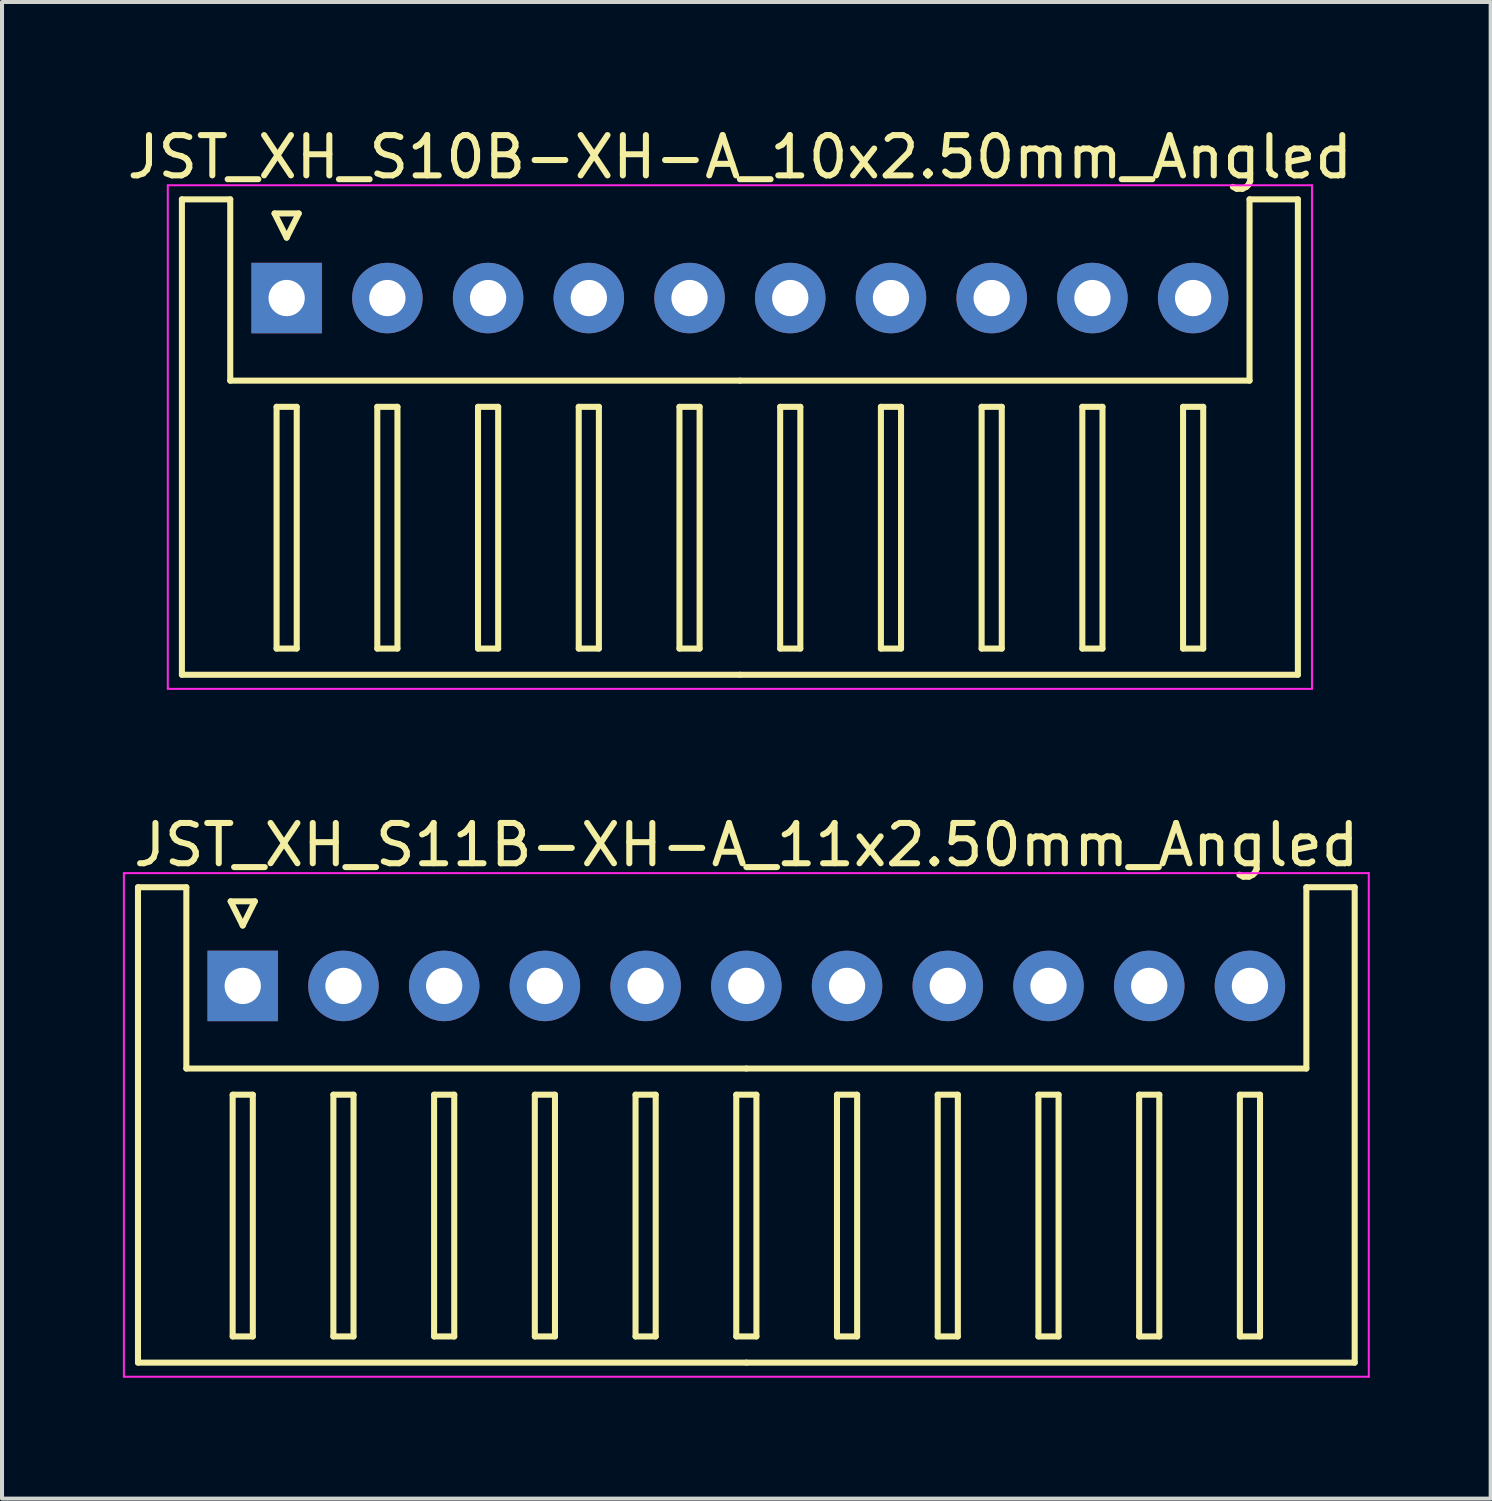
<source format=kicad_pcb>
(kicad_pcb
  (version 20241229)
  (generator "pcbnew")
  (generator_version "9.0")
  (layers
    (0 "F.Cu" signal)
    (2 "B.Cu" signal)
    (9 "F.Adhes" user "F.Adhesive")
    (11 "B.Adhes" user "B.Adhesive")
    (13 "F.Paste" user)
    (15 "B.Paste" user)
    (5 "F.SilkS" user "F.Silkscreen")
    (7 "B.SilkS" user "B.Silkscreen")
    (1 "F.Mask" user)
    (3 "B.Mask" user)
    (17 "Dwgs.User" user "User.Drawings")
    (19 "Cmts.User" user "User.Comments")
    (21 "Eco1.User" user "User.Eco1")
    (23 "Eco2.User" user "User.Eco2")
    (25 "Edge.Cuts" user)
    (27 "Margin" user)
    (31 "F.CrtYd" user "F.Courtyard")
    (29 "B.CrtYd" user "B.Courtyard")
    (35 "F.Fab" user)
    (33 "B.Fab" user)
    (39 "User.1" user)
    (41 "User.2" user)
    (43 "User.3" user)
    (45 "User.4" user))
  (footprint "JST_XH_S10B-XH-A_10x2.50mm_Angled"
    (layer "F.Cu")
    (at 4.065 4.348)
    (property "Reference" "JST_XH_S10B-XH-A_10x2.50mm_Angled" (at 11.25 -3.5 0) (layer "F.SilkS") (effects (font (size 1 1) (thickness 0.15))))
    (attr through_hole)
    (fp_line (start -2.6 -2.45) (end -1.4 -2.45) (stroke (width 0.15) (type solid)) (layer "F.SilkS"))
    (fp_line (start -2.6 9.35) (end -2.6 -2.45) (stroke (width 0.15) (type solid)) (layer "F.SilkS"))
    (fp_line (start -1.4 -2.45) (end -1.4 2.05) (stroke (width 0.15) (type solid)) (layer "F.SilkS"))
    (fp_line (start -1.4 2.05) (end 11.25 2.05) (stroke (width 0.15) (type solid)) (layer "F.SilkS"))
    (fp_line (start -0.3 -2.1) (end 0.3 -2.1) (stroke (width 0.15) (type solid)) (layer "F.SilkS"))
    (fp_line (start -0.25 2.7) (end -0.25 8.7) (stroke (width 0.15) (type solid)) (layer "F.SilkS"))
    (fp_line (start -0.25 8.7) (end 0.25 8.7) (stroke (width 0.15) (type solid)) (layer "F.SilkS"))
    (fp_line (start 0 -1.5) (end -0.3 -2.1) (stroke (width 0.15) (type solid)) (layer "F.SilkS"))
    (fp_line (start 0.25 2.7) (end -0.25 2.7) (stroke (width 0.15) (type solid)) (layer "F.SilkS"))
    (fp_line (start 0.25 8.7) (end 0.25 2.7) (stroke (width 0.15) (type solid)) (layer "F.SilkS"))
    (fp_line (start 0.3 -2.1) (end 0 -1.5) (stroke (width 0.15) (type solid)) (layer "F.SilkS"))
    (fp_line (start 2.25 2.7) (end 2.25 8.7) (stroke (width 0.15) (type solid)) (layer "F.SilkS"))
    (fp_line (start 2.25 8.7) (end 2.75 8.7) (stroke (width 0.15) (type solid)) (layer "F.SilkS"))
    (fp_line (start 2.75 2.7) (end 2.25 2.7) (stroke (width 0.15) (type solid)) (layer "F.SilkS"))
    (fp_line (start 2.75 8.7) (end 2.75 2.7) (stroke (width 0.15) (type solid)) (layer "F.SilkS"))
    (fp_line (start 4.75 2.7) (end 4.75 8.7) (stroke (width 0.15) (type solid)) (layer "F.SilkS"))
    (fp_line (start 4.75 8.7) (end 5.25 8.7) (stroke (width 0.15) (type solid)) (layer "F.SilkS"))
    (fp_line (start 5.25 2.7) (end 4.75 2.7) (stroke (width 0.15) (type solid)) (layer "F.SilkS"))
    (fp_line (start 5.25 8.7) (end 5.25 2.7) (stroke (width 0.15) (type solid)) (layer "F.SilkS"))
    (fp_line (start 7.25 2.7) (end 7.25 8.7) (stroke (width 0.15) (type solid)) (layer "F.SilkS"))
    (fp_line (start 7.25 8.7) (end 7.75 8.7) (stroke (width 0.15) (type solid)) (layer "F.SilkS"))
    (fp_line (start 7.75 2.7) (end 7.25 2.7) (stroke (width 0.15) (type solid)) (layer "F.SilkS"))
    (fp_line (start 7.75 8.7) (end 7.75 2.7) (stroke (width 0.15) (type solid)) (layer "F.SilkS"))
    (fp_line (start 9.75 2.7) (end 9.75 8.7) (stroke (width 0.15) (type solid)) (layer "F.SilkS"))
    (fp_line (start 9.75 8.7) (end 10.25 8.7) (stroke (width 0.15) (type solid)) (layer "F.SilkS"))
    (fp_line (start 10.25 2.7) (end 9.75 2.7) (stroke (width 0.15) (type solid)) (layer "F.SilkS"))
    (fp_line (start 10.25 8.7) (end 10.25 2.7) (stroke (width 0.15) (type solid)) (layer "F.SilkS"))
    (fp_line (start 11.25 9.35) (end -2.6 9.35) (stroke (width 0.15) (type solid)) (layer "F.SilkS"))
    (fp_line (start 11.25 9.35) (end 25.1 9.35) (stroke (width 0.15) (type solid)) (layer "F.SilkS"))
    (fp_line (start 12.25 2.7) (end 12.25 8.7) (stroke (width 0.15) (type solid)) (layer "F.SilkS"))
    (fp_line (start 12.25 8.7) (end 12.75 8.7) (stroke (width 0.15) (type solid)) (layer "F.SilkS"))
    (fp_line (start 12.75 2.7) (end 12.25 2.7) (stroke (width 0.15) (type solid)) (layer "F.SilkS"))
    (fp_line (start 12.75 8.7) (end 12.75 2.7) (stroke (width 0.15) (type solid)) (layer "F.SilkS"))
    (fp_line (start 14.75 2.7) (end 14.75 8.7) (stroke (width 0.15) (type solid)) (layer "F.SilkS"))
    (fp_line (start 14.75 8.7) (end 15.25 8.7) (stroke (width 0.15) (type solid)) (layer "F.SilkS"))
    (fp_line (start 15.25 2.7) (end 14.75 2.7) (stroke (width 0.15) (type solid)) (layer "F.SilkS"))
    (fp_line (start 15.25 8.7) (end 15.25 2.7) (stroke (width 0.15) (type solid)) (layer "F.SilkS"))
    (fp_line (start 17.25 2.7) (end 17.25 8.7) (stroke (width 0.15) (type solid)) (layer "F.SilkS"))
    (fp_line (start 17.25 8.7) (end 17.75 8.7) (stroke (width 0.15) (type solid)) (layer "F.SilkS"))
    (fp_line (start 17.75 2.7) (end 17.25 2.7) (stroke (width 0.15) (type solid)) (layer "F.SilkS"))
    (fp_line (start 17.75 8.7) (end 17.75 2.7) (stroke (width 0.15) (type solid)) (layer "F.SilkS"))
    (fp_line (start 19.75 2.7) (end 19.75 8.7) (stroke (width 0.15) (type solid)) (layer "F.SilkS"))
    (fp_line (start 19.75 8.7) (end 20.25 8.7) (stroke (width 0.15) (type solid)) (layer "F.SilkS"))
    (fp_line (start 20.25 2.7) (end 19.75 2.7) (stroke (width 0.15) (type solid)) (layer "F.SilkS"))
    (fp_line (start 20.25 8.7) (end 20.25 2.7) (stroke (width 0.15) (type solid)) (layer "F.SilkS"))
    (fp_line (start 22.25 2.7) (end 22.25 8.7) (stroke (width 0.15) (type solid)) (layer "F.SilkS"))
    (fp_line (start 22.25 8.7) (end 22.75 8.7) (stroke (width 0.15) (type solid)) (layer "F.SilkS"))
    (fp_line (start 22.75 2.7) (end 22.25 2.7) (stroke (width 0.15) (type solid)) (layer "F.SilkS"))
    (fp_line (start 22.75 8.7) (end 22.75 2.7) (stroke (width 0.15) (type solid)) (layer "F.SilkS"))
    (fp_line (start 23.9 -2.45) (end 23.9 2.05) (stroke (width 0.15) (type solid)) (layer "F.SilkS"))
    (fp_line (start 23.9 2.05) (end 11.25 2.05) (stroke (width 0.15) (type solid)) (layer "F.SilkS"))
    (fp_line (start 25.1 -2.45) (end 23.9 -2.45) (stroke (width 0.15) (type solid)) (layer "F.SilkS"))
    (fp_line (start 25.1 9.35) (end 25.1 -2.45) (stroke (width 0.15) (type solid)) (layer "F.SilkS"))
    (fp_line (start -2.95 -2.8) (end -2.95 9.7) (stroke (width 0.05) (type solid)) (layer "F.CrtYd"))
    (fp_line (start -2.95 9.7) (end 25.45 9.7) (stroke (width 0.05) (type solid)) (layer "F.CrtYd"))
    (fp_line (start 25.45 -2.8) (end -2.95 -2.8) (stroke (width 0.05) (type solid)) (layer "F.CrtYd"))
    (fp_line (start 25.45 9.7) (end 25.45 -2.8) (stroke (width 0.05) (type solid)) (layer "F.CrtYd"))
    (pad "1" thru_hole rect (at 0 0) (size 1.75 1.75) (drill 0.9) (layers "*.Cu" "*.Mask"))
    (pad "2" thru_hole circle (at 2.5 0) (size 1.75 1.75) (drill 0.9) (layers "*.Cu" "*.Mask"))
    (pad "3" thru_hole circle (at 5 0) (size 1.75 1.75) (drill 0.9) (layers "*.Cu" "*.Mask"))
    (pad "4" thru_hole circle (at 7.5 0) (size 1.75 1.75) (drill 0.9) (layers "*.Cu" "*.Mask"))
    (pad "5" thru_hole circle (at 10 0) (size 1.75 1.75) (drill 0.9) (layers "*.Cu" "*.Mask"))
    (pad "6" thru_hole circle (at 12.5 0) (size 1.75 1.75) (drill 0.9) (layers "*.Cu" "*.Mask"))
    (pad "7" thru_hole circle (at 15 0) (size 1.75 1.75) (drill 0.9) (layers "*.Cu" "*.Mask"))
    (pad "8" thru_hole circle (at 17.5 0) (size 1.75 1.75) (drill 0.9) (layers "*.Cu" "*.Mask"))
    (pad "9" thru_hole circle (at 20 0) (size 1.75 1.75) (drill 0.9) (layers "*.Cu" "*.Mask"))
    (pad "10" thru_hole circle (at 22.5 0) (size 1.75 1.75) (drill 0.9) (layers "*.Cu" "*.Mask")))
  (footprint "JST_XH_S11B-XH-A_11x2.50mm_Angled"
    (layer "F.Cu")
    (at 2.975 21.422)
    (property "Reference" "JST_XH_S11B-XH-A_11x2.50mm_Angled" (at 12.5 -3.5 0) (layer "F.SilkS") (effects (font (size 1 1) (thickness 0.15))))
    (attr through_hole)
    (fp_line (start -2.6 -2.45) (end -1.4 -2.45) (stroke (width 0.15) (type solid)) (layer "F.SilkS"))
    (fp_line (start -2.6 9.35) (end -2.6 -2.45) (stroke (width 0.15) (type solid)) (layer "F.SilkS"))
    (fp_line (start -1.4 -2.45) (end -1.4 2.05) (stroke (width 0.15) (type solid)) (layer "F.SilkS"))
    (fp_line (start -1.4 2.05) (end 12.5 2.05) (stroke (width 0.15) (type solid)) (layer "F.SilkS"))
    (fp_line (start -0.3 -2.1) (end 0.3 -2.1) (stroke (width 0.15) (type solid)) (layer "F.SilkS"))
    (fp_line (start -0.25 2.7) (end -0.25 8.7) (stroke (width 0.15) (type solid)) (layer "F.SilkS"))
    (fp_line (start -0.25 8.7) (end 0.25 8.7) (stroke (width 0.15) (type solid)) (layer "F.SilkS"))
    (fp_line (start 0 -1.5) (end -0.3 -2.1) (stroke (width 0.15) (type solid)) (layer "F.SilkS"))
    (fp_line (start 0.25 2.7) (end -0.25 2.7) (stroke (width 0.15) (type solid)) (layer "F.SilkS"))
    (fp_line (start 0.25 8.7) (end 0.25 2.7) (stroke (width 0.15) (type solid)) (layer "F.SilkS"))
    (fp_line (start 0.3 -2.1) (end 0 -1.5) (stroke (width 0.15) (type solid)) (layer "F.SilkS"))
    (fp_line (start 2.25 2.7) (end 2.25 8.7) (stroke (width 0.15) (type solid)) (layer "F.SilkS"))
    (fp_line (start 2.25 8.7) (end 2.75 8.7) (stroke (width 0.15) (type solid)) (layer "F.SilkS"))
    (fp_line (start 2.75 2.7) (end 2.25 2.7) (stroke (width 0.15) (type solid)) (layer "F.SilkS"))
    (fp_line (start 2.75 8.7) (end 2.75 2.7) (stroke (width 0.15) (type solid)) (layer "F.SilkS"))
    (fp_line (start 4.75 2.7) (end 4.75 8.7) (stroke (width 0.15) (type solid)) (layer "F.SilkS"))
    (fp_line (start 4.75 8.7) (end 5.25 8.7) (stroke (width 0.15) (type solid)) (layer "F.SilkS"))
    (fp_line (start 5.25 2.7) (end 4.75 2.7) (stroke (width 0.15) (type solid)) (layer "F.SilkS"))
    (fp_line (start 5.25 8.7) (end 5.25 2.7) (stroke (width 0.15) (type solid)) (layer "F.SilkS"))
    (fp_line (start 7.25 2.7) (end 7.25 8.7) (stroke (width 0.15) (type solid)) (layer "F.SilkS"))
    (fp_line (start 7.25 8.7) (end 7.75 8.7) (stroke (width 0.15) (type solid)) (layer "F.SilkS"))
    (fp_line (start 7.75 2.7) (end 7.25 2.7) (stroke (width 0.15) (type solid)) (layer "F.SilkS"))
    (fp_line (start 7.75 8.7) (end 7.75 2.7) (stroke (width 0.15) (type solid)) (layer "F.SilkS"))
    (fp_line (start 9.75 2.7) (end 9.75 8.7) (stroke (width 0.15) (type solid)) (layer "F.SilkS"))
    (fp_line (start 9.75 8.7) (end 10.25 8.7) (stroke (width 0.15) (type solid)) (layer "F.SilkS"))
    (fp_line (start 10.25 2.7) (end 9.75 2.7) (stroke (width 0.15) (type solid)) (layer "F.SilkS"))
    (fp_line (start 10.25 8.7) (end 10.25 2.7) (stroke (width 0.15) (type solid)) (layer "F.SilkS"))
    (fp_line (start 12.25 2.7) (end 12.25 8.7) (stroke (width 0.15) (type solid)) (layer "F.SilkS"))
    (fp_line (start 12.25 8.7) (end 12.75 8.7) (stroke (width 0.15) (type solid)) (layer "F.SilkS"))
    (fp_line (start 12.5 9.35) (end -2.6 9.35) (stroke (width 0.15) (type solid)) (layer "F.SilkS"))
    (fp_line (start 12.5 9.35) (end 27.6 9.35) (stroke (width 0.15) (type solid)) (layer "F.SilkS"))
    (fp_line (start 12.75 2.7) (end 12.25 2.7) (stroke (width 0.15) (type solid)) (layer "F.SilkS"))
    (fp_line (start 12.75 8.7) (end 12.75 2.7) (stroke (width 0.15) (type solid)) (layer "F.SilkS"))
    (fp_line (start 14.75 2.7) (end 14.75 8.7) (stroke (width 0.15) (type solid)) (layer "F.SilkS"))
    (fp_line (start 14.75 8.7) (end 15.25 8.7) (stroke (width 0.15) (type solid)) (layer "F.SilkS"))
    (fp_line (start 15.25 2.7) (end 14.75 2.7) (stroke (width 0.15) (type solid)) (layer "F.SilkS"))
    (fp_line (start 15.25 8.7) (end 15.25 2.7) (stroke (width 0.15) (type solid)) (layer "F.SilkS"))
    (fp_line (start 17.25 2.7) (end 17.25 8.7) (stroke (width 0.15) (type solid)) (layer "F.SilkS"))
    (fp_line (start 17.25 8.7) (end 17.75 8.7) (stroke (width 0.15) (type solid)) (layer "F.SilkS"))
    (fp_line (start 17.75 2.7) (end 17.25 2.7) (stroke (width 0.15) (type solid)) (layer "F.SilkS"))
    (fp_line (start 17.75 8.7) (end 17.75 2.7) (stroke (width 0.15) (type solid)) (layer "F.SilkS"))
    (fp_line (start 19.75 2.7) (end 19.75 8.7) (stroke (width 0.15) (type solid)) (layer "F.SilkS"))
    (fp_line (start 19.75 8.7) (end 20.25 8.7) (stroke (width 0.15) (type solid)) (layer "F.SilkS"))
    (fp_line (start 20.25 2.7) (end 19.75 2.7) (stroke (width 0.15) (type solid)) (layer "F.SilkS"))
    (fp_line (start 20.25 8.7) (end 20.25 2.7) (stroke (width 0.15) (type solid)) (layer "F.SilkS"))
    (fp_line (start 22.25 2.7) (end 22.25 8.7) (stroke (width 0.15) (type solid)) (layer "F.SilkS"))
    (fp_line (start 22.25 8.7) (end 22.75 8.7) (stroke (width 0.15) (type solid)) (layer "F.SilkS"))
    (fp_line (start 22.75 2.7) (end 22.25 2.7) (stroke (width 0.15) (type solid)) (layer "F.SilkS"))
    (fp_line (start 22.75 8.7) (end 22.75 2.7) (stroke (width 0.15) (type solid)) (layer "F.SilkS"))
    (fp_line (start 24.75 2.7) (end 24.75 8.7) (stroke (width 0.15) (type solid)) (layer "F.SilkS"))
    (fp_line (start 24.75 8.7) (end 25.25 8.7) (stroke (width 0.15) (type solid)) (layer "F.SilkS"))
    (fp_line (start 25.25 2.7) (end 24.75 2.7) (stroke (width 0.15) (type solid)) (layer "F.SilkS"))
    (fp_line (start 25.25 8.7) (end 25.25 2.7) (stroke (width 0.15) (type solid)) (layer "F.SilkS"))
    (fp_line (start 26.4 -2.45) (end 26.4 2.05) (stroke (width 0.15) (type solid)) (layer "F.SilkS"))
    (fp_line (start 26.4 2.05) (end 12.5 2.05) (stroke (width 0.15) (type solid)) (layer "F.SilkS"))
    (fp_line (start 27.6 -2.45) (end 26.4 -2.45) (stroke (width 0.15) (type solid)) (layer "F.SilkS"))
    (fp_line (start 27.6 9.35) (end 27.6 -2.45) (stroke (width 0.15) (type solid)) (layer "F.SilkS"))
    (fp_line (start -2.95 -2.8) (end -2.95 9.7) (stroke (width 0.05) (type solid)) (layer "F.CrtYd"))
    (fp_line (start -2.95 9.7) (end 27.95 9.7) (stroke (width 0.05) (type solid)) (layer "F.CrtYd"))
    (fp_line (start 27.95 -2.8) (end -2.95 -2.8) (stroke (width 0.05) (type solid)) (layer "F.CrtYd"))
    (fp_line (start 27.95 9.7) (end 27.95 -2.8) (stroke (width 0.05) (type solid)) (layer "F.CrtYd"))
    (pad "1" thru_hole rect (at 0 0) (size 1.75 1.75) (drill 0.9) (layers "*.Cu" "*.Mask"))
    (pad "2" thru_hole circle (at 2.5 0) (size 1.75 1.75) (drill 0.9) (layers "*.Cu" "*.Mask"))
    (pad "3" thru_hole circle (at 5 0) (size 1.75 1.75) (drill 0.9) (layers "*.Cu" "*.Mask"))
    (pad "4" thru_hole circle (at 7.5 0) (size 1.75 1.75) (drill 0.9) (layers "*.Cu" "*.Mask"))
    (pad "5" thru_hole circle (at 10 0) (size 1.75 1.75) (drill 0.9) (layers "*.Cu" "*.Mask"))
    (pad "6" thru_hole circle (at 12.5 0) (size 1.75 1.75) (drill 0.9) (layers "*.Cu" "*.Mask"))
    (pad "7" thru_hole circle (at 15 0) (size 1.75 1.75) (drill 0.9) (layers "*.Cu" "*.Mask"))
    (pad "8" thru_hole circle (at 17.5 0) (size 1.75 1.75) (drill 0.9) (layers "*.Cu" "*.Mask"))
    (pad "9" thru_hole circle (at 20 0) (size 1.75 1.75) (drill 0.9) (layers "*.Cu" "*.Mask"))
    (pad "10" thru_hole circle (at 22.5 0) (size 1.75 1.75) (drill 0.9) (layers "*.Cu" "*.Mask"))
    (pad "11" thru_hole circle (at 25 0) (size 1.75 1.75) (drill 0.9) (layers "*.Cu" "*.Mask")))
  (gr_rect
    (start -3 -3)
    (end 33.95 34.147)
    (stroke (width 0.1) (type default))
    (fill no)
    (layer "Edge.Cuts")))
</source>
